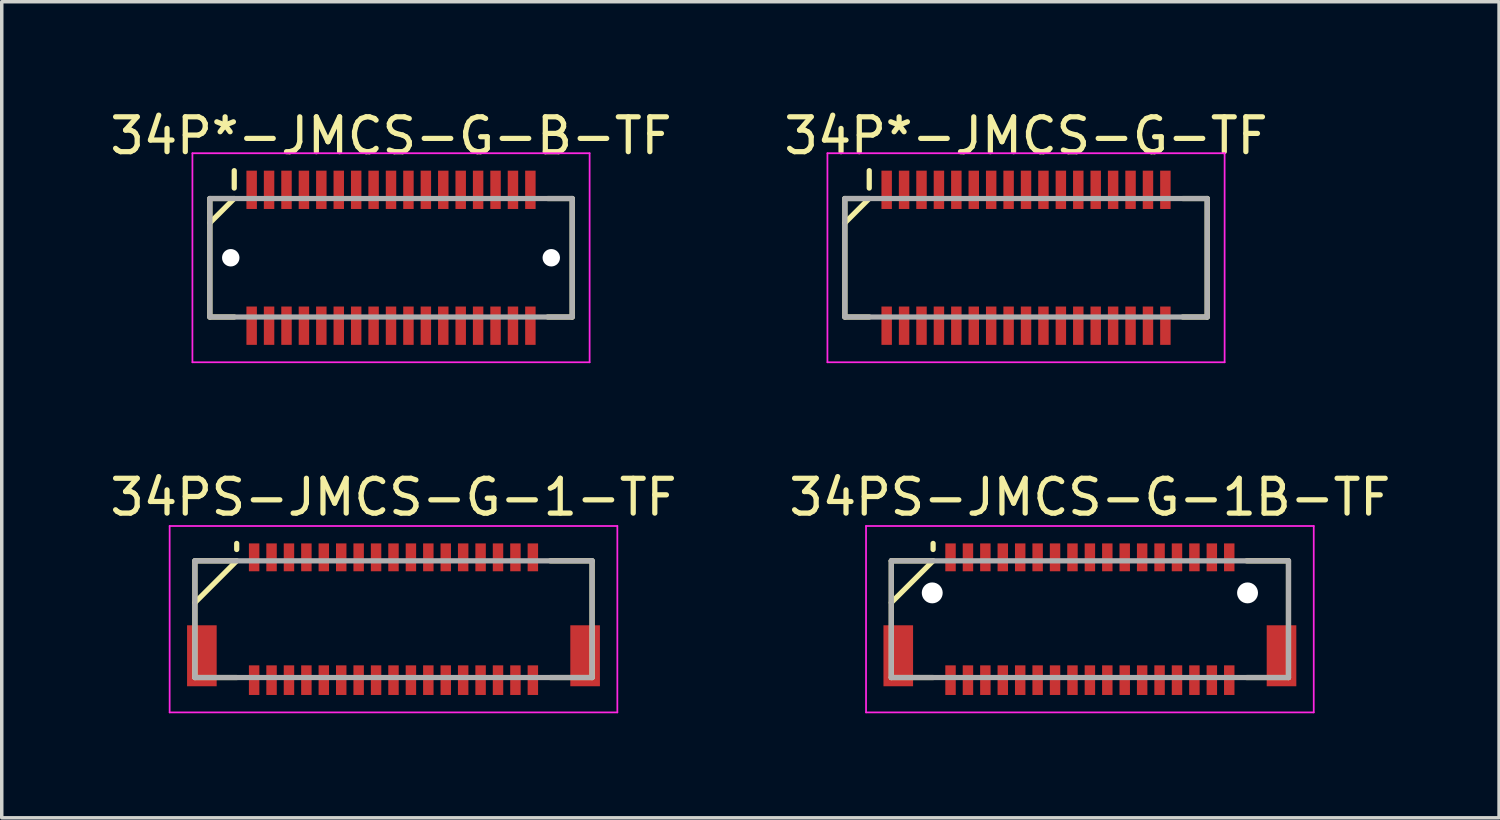
<source format=kicad_pcb>
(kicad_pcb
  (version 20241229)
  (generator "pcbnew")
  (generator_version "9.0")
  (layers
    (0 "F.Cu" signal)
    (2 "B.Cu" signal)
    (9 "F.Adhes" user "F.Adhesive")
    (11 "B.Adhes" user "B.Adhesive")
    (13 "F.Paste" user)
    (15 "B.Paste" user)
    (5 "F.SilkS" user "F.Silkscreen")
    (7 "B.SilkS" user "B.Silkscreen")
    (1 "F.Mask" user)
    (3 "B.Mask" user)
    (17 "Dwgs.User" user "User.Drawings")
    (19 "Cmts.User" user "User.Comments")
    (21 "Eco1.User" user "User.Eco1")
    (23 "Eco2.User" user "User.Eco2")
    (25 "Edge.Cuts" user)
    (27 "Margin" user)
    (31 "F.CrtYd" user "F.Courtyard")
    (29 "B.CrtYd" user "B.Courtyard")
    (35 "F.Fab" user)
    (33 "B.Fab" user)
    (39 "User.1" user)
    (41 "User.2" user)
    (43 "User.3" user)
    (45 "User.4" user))
  (footprint "34P*-JMCS-G-TF"
    (layer "F.Cu")
    (at 26.399 4.348)
    (property "Reference" "34P*-JMCS-G-TF" (at 0 -3.5 0) (layer "F.SilkS") (effects (font (size 1 1) (thickness 0.15))))
    (attr smd)
    (fp_line (start -5.2 -1.7) (end -5.2 1.7) (stroke (width 0.15) (type solid)) (layer "F.SilkS"))
    (fp_line (start -5.2 -1.7) (end -4.5 -1.7) (stroke (width 0.15) (type solid)) (layer "F.SilkS"))
    (fp_line (start -5.2 1.7) (end -4.5 1.7) (stroke (width 0.15) (type solid)) (layer "F.SilkS"))
    (fp_line (start -4.5 -2.5) (end -4.5 -2) (stroke (width 0.15) (type solid)) (layer "F.SilkS"))
    (fp_line (start -4.5 -1.7) (end -5.2 -1) (stroke (width 0.15) (type solid)) (layer "F.SilkS"))
    (fp_line (start 4.5 -1.7) (end 5.2 -1.7) (stroke (width 0.15) (type solid)) (layer "F.SilkS"))
    (fp_line (start 4.5 1.7) (end 5.2 1.7) (stroke (width 0.15) (type solid)) (layer "F.SilkS"))
    (fp_line (start 5.2 -1.7) (end 5.2 1.7) (stroke (width 0.15) (type solid)) (layer "F.SilkS"))
    (fp_line (start -5.7 -3) (end -5.7 3) (stroke (width 0.05) (type solid)) (layer "F.CrtYd"))
    (fp_line (start -5.7 -3) (end 5.7 -3) (stroke (width 0.05) (type solid)) (layer "F.CrtYd"))
    (fp_line (start -5.7 3) (end 5.7 3) (stroke (width 0.05) (type solid)) (layer "F.CrtYd"))
    (fp_line (start 5.7 -3) (end 5.7 3) (stroke (width 0.05) (type solid)) (layer "F.CrtYd"))
    (fp_line (start -5.2 -1.7) (end -5.2 1.7) (stroke (width 0.15) (type solid)) (layer "F.Fab"))
    (fp_line (start -5.2 -1.7) (end 5.2 -1.7) (stroke (width 0.15) (type solid)) (layer "F.Fab"))
    (fp_line (start -5.2 1.7) (end 5.2 1.7) (stroke (width 0.15) (type solid)) (layer "F.Fab"))
    (fp_line (start 5.2 -1.7) (end 5.2 1.7) (stroke (width 0.15) (type solid)) (layer "F.Fab"))
    (pad "1" smd rect (at -4 -1.95) (size 0.3 1.1) (layers "F.Cu" "F.Mask" "F.Paste"))
    (pad "2" smd rect (at -4 1.95) (size 0.3 1.1) (layers "F.Cu" "F.Mask" "F.Paste"))
    (pad "3" smd rect (at -3.5 -1.95) (size 0.3 1.1) (layers "F.Cu" "F.Mask" "F.Paste"))
    (pad "4" smd rect (at -3.5 1.95) (size 0.3 1.1) (layers "F.Cu" "F.Mask" "F.Paste"))
    (pad "5" smd rect (at -3 -1.95) (size 0.3 1.1) (layers "F.Cu" "F.Mask" "F.Paste"))
    (pad "6" smd rect (at -3 1.95) (size 0.3 1.1) (layers "F.Cu" "F.Mask" "F.Paste"))
    (pad "7" smd rect (at -2.5 -1.95) (size 0.3 1.1) (layers "F.Cu" "F.Mask" "F.Paste"))
    (pad "8" smd rect (at -2.5 1.95) (size 0.3 1.1) (layers "F.Cu" "F.Mask" "F.Paste"))
    (pad "9" smd rect (at -2 -1.95) (size 0.3 1.1) (layers "F.Cu" "F.Mask" "F.Paste"))
    (pad "10" smd rect (at -2 1.95) (size 0.3 1.1) (layers "F.Cu" "F.Mask" "F.Paste"))
    (pad "11" smd rect (at -1.5 -1.95) (size 0.3 1.1) (layers "F.Cu" "F.Mask" "F.Paste"))
    (pad "12" smd rect (at -1.5 1.95) (size 0.3 1.1) (layers "F.Cu" "F.Mask" "F.Paste"))
    (pad "13" smd rect (at -1 -1.95) (size 0.3 1.1) (layers "F.Cu" "F.Mask" "F.Paste"))
    (pad "14" smd rect (at -1 1.95) (size 0.3 1.1) (layers "F.Cu" "F.Mask" "F.Paste"))
    (pad "15" smd rect (at -0.5 -1.95) (size 0.3 1.1) (layers "F.Cu" "F.Mask" "F.Paste"))
    (pad "16" smd rect (at -0.5 1.95) (size 0.3 1.1) (layers "F.Cu" "F.Mask" "F.Paste"))
    (pad "17" smd rect (at 0 -1.95) (size 0.3 1.1) (layers "F.Cu" "F.Mask" "F.Paste"))
    (pad "18" smd rect (at 0 1.95) (size 0.3 1.1) (layers "F.Cu" "F.Mask" "F.Paste"))
    (pad "19" smd rect (at 0.5 -1.95) (size 0.3 1.1) (layers "F.Cu" "F.Mask" "F.Paste"))
    (pad "20" smd rect (at 0.5 1.95) (size 0.3 1.1) (layers "F.Cu" "F.Mask" "F.Paste"))
    (pad "21" smd rect (at 1 -1.95) (size 0.3 1.1) (layers "F.Cu" "F.Mask" "F.Paste"))
    (pad "22" smd rect (at 1 1.95) (size 0.3 1.1) (layers "F.Cu" "F.Mask" "F.Paste"))
    (pad "23" smd rect (at 1.5 -1.95) (size 0.3 1.1) (layers "F.Cu" "F.Mask" "F.Paste"))
    (pad "24" smd rect (at 1.5 1.95) (size 0.3 1.1) (layers "F.Cu" "F.Mask" "F.Paste"))
    (pad "25" smd rect (at 2 -1.95) (size 0.3 1.1) (layers "F.Cu" "F.Mask" "F.Paste"))
    (pad "26" smd rect (at 2 1.95) (size 0.3 1.1) (layers "F.Cu" "F.Mask" "F.Paste"))
    (pad "27" smd rect (at 2.5 -1.95) (size 0.3 1.1) (layers "F.Cu" "F.Mask" "F.Paste"))
    (pad "28" smd rect (at 2.5 1.95) (size 0.3 1.1) (layers "F.Cu" "F.Mask" "F.Paste"))
    (pad "29" smd rect (at 3 -1.95) (size 0.3 1.1) (layers "F.Cu" "F.Mask" "F.Paste"))
    (pad "30" smd rect (at 3 1.95) (size 0.3 1.1) (layers "F.Cu" "F.Mask" "F.Paste"))
    (pad "31" smd rect (at 3.5 -1.95) (size 0.3 1.1) (layers "F.Cu" "F.Mask" "F.Paste"))
    (pad "32" smd rect (at 3.5 1.95) (size 0.3 1.1) (layers "F.Cu" "F.Mask" "F.Paste"))
    (pad "33" smd rect (at 4 -1.95) (size 0.3 1.1) (layers "F.Cu" "F.Mask" "F.Paste"))
    (pad "34" smd rect (at 4 1.95) (size 0.3 1.1) (layers "F.Cu" "F.Mask" "F.Paste")))
  (footprint "34P*-JMCS-G-B-TF"
    (layer "F.Cu")
    (at 8.173 4.348)
    (property "Reference" "34P*-JMCS-G-B-TF" (at 0 -3.5 0) (layer "F.SilkS") (effects (font (size 1 1) (thickness 0.15))))
    (attr smd)
    (fp_line (start -5.2 -1.7) (end -5.2 1.7) (stroke (width 0.15) (type solid)) (layer "F.SilkS"))
    (fp_line (start -5.2 -1.7) (end -4.5 -1.7) (stroke (width 0.15) (type solid)) (layer "F.SilkS"))
    (fp_line (start -5.2 1.7) (end -4.5 1.7) (stroke (width 0.15) (type solid)) (layer "F.SilkS"))
    (fp_line (start -4.5 -2.5) (end -4.5 -2) (stroke (width 0.15) (type solid)) (layer "F.SilkS"))
    (fp_line (start -4.5 -1.7) (end -5.2 -1) (stroke (width 0.15) (type solid)) (layer "F.SilkS"))
    (fp_line (start 4.5 -1.7) (end 5.2 -1.7) (stroke (width 0.15) (type solid)) (layer "F.SilkS"))
    (fp_line (start 4.5 1.7) (end 5.2 1.7) (stroke (width 0.15) (type solid)) (layer "F.SilkS"))
    (fp_line (start 5.2 -1.7) (end 5.2 1.7) (stroke (width 0.15) (type solid)) (layer "F.SilkS"))
    (fp_line (start -5.7 -3) (end -5.7 3) (stroke (width 0.05) (type solid)) (layer "F.CrtYd"))
    (fp_line (start -5.7 -3) (end 5.7 -3) (stroke (width 0.05) (type solid)) (layer "F.CrtYd"))
    (fp_line (start -5.7 3) (end 5.7 3) (stroke (width 0.05) (type solid)) (layer "F.CrtYd"))
    (fp_line (start 5.7 -3) (end 5.7 3) (stroke (width 0.05) (type solid)) (layer "F.CrtYd"))
    (fp_line (start -5.2 -1.7) (end -5.2 1.7) (stroke (width 0.15) (type solid)) (layer "F.Fab"))
    (fp_line (start -5.2 -1.7) (end 5.2 -1.7) (stroke (width 0.15) (type solid)) (layer "F.Fab"))
    (fp_line (start -5.2 1.7) (end 5.2 1.7) (stroke (width 0.15) (type solid)) (layer "F.Fab"))
    (fp_line (start 5.2 -1.7) (end 5.2 1.7) (stroke (width 0.15) (type solid)) (layer "F.Fab"))
    (pad "" np_thru_hole circle (at -4.6 0) (size 0.5 0.5) (drill 0.5) (layers "*.Cu" "*.Mask"))
    (pad "" np_thru_hole circle (at 4.6 0) (size 0.5 0.5) (drill 0.5) (layers "*.Cu" "*.Mask"))
    (pad "1" smd rect (at -4 -1.95) (size 0.3 1.1) (layers "F.Cu" "F.Mask" "F.Paste"))
    (pad "2" smd rect (at -4 1.95) (size 0.3 1.1) (layers "F.Cu" "F.Mask" "F.Paste"))
    (pad "3" smd rect (at -3.5 -1.95) (size 0.3 1.1) (layers "F.Cu" "F.Mask" "F.Paste"))
    (pad "4" smd rect (at -3.5 1.95) (size 0.3 1.1) (layers "F.Cu" "F.Mask" "F.Paste"))
    (pad "5" smd rect (at -3 -1.95) (size 0.3 1.1) (layers "F.Cu" "F.Mask" "F.Paste"))
    (pad "6" smd rect (at -3 1.95) (size 0.3 1.1) (layers "F.Cu" "F.Mask" "F.Paste"))
    (pad "7" smd rect (at -2.5 -1.95) (size 0.3 1.1) (layers "F.Cu" "F.Mask" "F.Paste"))
    (pad "8" smd rect (at -2.5 1.95) (size 0.3 1.1) (layers "F.Cu" "F.Mask" "F.Paste"))
    (pad "9" smd rect (at -2 -1.95) (size 0.3 1.1) (layers "F.Cu" "F.Mask" "F.Paste"))
    (pad "10" smd rect (at -2 1.95) (size 0.3 1.1) (layers "F.Cu" "F.Mask" "F.Paste"))
    (pad "11" smd rect (at -1.5 -1.95) (size 0.3 1.1) (layers "F.Cu" "F.Mask" "F.Paste"))
    (pad "12" smd rect (at -1.5 1.95) (size 0.3 1.1) (layers "F.Cu" "F.Mask" "F.Paste"))
    (pad "13" smd rect (at -1 -1.95) (size 0.3 1.1) (layers "F.Cu" "F.Mask" "F.Paste"))
    (pad "14" smd rect (at -1 1.95) (size 0.3 1.1) (layers "F.Cu" "F.Mask" "F.Paste"))
    (pad "15" smd rect (at -0.5 -1.95) (size 0.3 1.1) (layers "F.Cu" "F.Mask" "F.Paste"))
    (pad "16" smd rect (at -0.5 1.95) (size 0.3 1.1) (layers "F.Cu" "F.Mask" "F.Paste"))
    (pad "17" smd rect (at 0 -1.95) (size 0.3 1.1) (layers "F.Cu" "F.Mask" "F.Paste"))
    (pad "18" smd rect (at 0 1.95) (size 0.3 1.1) (layers "F.Cu" "F.Mask" "F.Paste"))
    (pad "19" smd rect (at 0.5 -1.95) (size 0.3 1.1) (layers "F.Cu" "F.Mask" "F.Paste"))
    (pad "20" smd rect (at 0.5 1.95) (size 0.3 1.1) (layers "F.Cu" "F.Mask" "F.Paste"))
    (pad "21" smd rect (at 1 -1.95) (size 0.3 1.1) (layers "F.Cu" "F.Mask" "F.Paste"))
    (pad "22" smd rect (at 1 1.95) (size 0.3 1.1) (layers "F.Cu" "F.Mask" "F.Paste"))
    (pad "23" smd rect (at 1.5 -1.95) (size 0.3 1.1) (layers "F.Cu" "F.Mask" "F.Paste"))
    (pad "24" smd rect (at 1.5 1.95) (size 0.3 1.1) (layers "F.Cu" "F.Mask" "F.Paste"))
    (pad "25" smd rect (at 2 -1.95) (size 0.3 1.1) (layers "F.Cu" "F.Mask" "F.Paste"))
    (pad "26" smd rect (at 2 1.95) (size 0.3 1.1) (layers "F.Cu" "F.Mask" "F.Paste"))
    (pad "27" smd rect (at 2.5 -1.95) (size 0.3 1.1) (layers "F.Cu" "F.Mask" "F.Paste"))
    (pad "28" smd rect (at 2.5 1.95) (size 0.3 1.1) (layers "F.Cu" "F.Mask" "F.Paste"))
    (pad "29" smd rect (at 3 -1.95) (size 0.3 1.1) (layers "F.Cu" "F.Mask" "F.Paste"))
    (pad "30" smd rect (at 3 1.95) (size 0.3 1.1) (layers "F.Cu" "F.Mask" "F.Paste"))
    (pad "31" smd rect (at 3.5 -1.95) (size 0.3 1.1) (layers "F.Cu" "F.Mask" "F.Paste"))
    (pad "32" smd rect (at 3.5 1.95) (size 0.3 1.1) (layers "F.Cu" "F.Mask" "F.Paste"))
    (pad "33" smd rect (at 4 -1.95) (size 0.3 1.1) (layers "F.Cu" "F.Mask" "F.Paste"))
    (pad "34" smd rect (at 4 1.95) (size 0.3 1.1) (layers "F.Cu" "F.Mask" "F.Paste")))
  (footprint "34PS-JMCS-G-1B-TF"
    (layer "F.Cu")
    (at 28.232 14.722)
    (property "Reference" "34PS-JMCS-G-1B-TF" (at 0 -3.5 0) (layer "F.SilkS") (effects (font (size 1 1) (thickness 0.15))))
    (attr smd)
    (fp_line (start -5.7 -1.675) (end -5.7 1.675) (stroke (width 0.15) (type solid)) (layer "F.SilkS"))
    (fp_line (start -5.7 -1.675) (end -4.5 -1.675) (stroke (width 0.15) (type solid)) (layer "F.SilkS"))
    (fp_line (start -5.7 1.675) (end -4.5 1.675) (stroke (width 0.15) (type solid)) (layer "F.SilkS"))
    (fp_line (start -4.5 -2.175) (end -4.5 -2) (stroke (width 0.15) (type solid)) (layer "F.SilkS"))
    (fp_line (start -4.5 -1.675) (end -5.7 -0.475) (stroke (width 0.15) (type solid)) (layer "F.SilkS"))
    (fp_line (start 4.5 -1.675) (end 5.7 -1.675) (stroke (width 0.15) (type solid)) (layer "F.SilkS"))
    (fp_line (start 4.5 1.675) (end 5.7 1.675) (stroke (width 0.15) (type solid)) (layer "F.SilkS"))
    (fp_line (start 5.7 -1.675) (end 5.7 1.675) (stroke (width 0.15) (type solid)) (layer "F.SilkS"))
    (fp_line (start -6.425 -2.675) (end -6.425 2.675) (stroke (width 0.05) (type solid)) (layer "F.CrtYd"))
    (fp_line (start -6.425 -2.675) (end 6.425 -2.675) (stroke (width 0.05) (type solid)) (layer "F.CrtYd"))
    (fp_line (start -6.425 2.675) (end 6.425 2.675) (stroke (width 0.05) (type solid)) (layer "F.CrtYd"))
    (fp_line (start 6.425 -2.675) (end 6.425 2.675) (stroke (width 0.05) (type solid)) (layer "F.CrtYd"))
    (fp_line (start -5.7 -1.675) (end -5.7 1.675) (stroke (width 0.15) (type solid)) (layer "F.Fab"))
    (fp_line (start -5.7 -1.675) (end 5.7 -1.675) (stroke (width 0.15) (type solid)) (layer "F.Fab"))
    (fp_line (start -5.7 1.675) (end 5.7 1.675) (stroke (width 0.15) (type solid)) (layer "F.Fab"))
    (fp_line (start 5.7 -1.675) (end 5.7 1.675) (stroke (width 0.15) (type solid)) (layer "F.Fab"))
    (pad "" np_thru_hole circle (at -4.525 -0.755) (size 0.6 0.6) (drill 0.6) (layers "*.Cu" "*.Mask"))
    (pad "" np_thru_hole circle (at 4.525 -0.755) (size 0.6 0.6) (drill 0.6) (layers "*.Cu" "*.Mask"))
    (pad "1" smd rect (at -4 -1.775) (size 0.3 0.8) (layers "F.Cu" "F.Mask" "F.Paste"))
    (pad "2" smd rect (at -4 1.75) (size 0.3 0.85) (layers "F.Cu" "F.Mask" "F.Paste"))
    (pad "3" smd rect (at -3.5 -1.775) (size 0.3 0.8) (layers "F.Cu" "F.Mask" "F.Paste"))
    (pad "4" smd rect (at -3.5 1.75) (size 0.3 0.85) (layers "F.Cu" "F.Mask" "F.Paste"))
    (pad "5" smd rect (at -3 -1.775) (size 0.3 0.8) (layers "F.Cu" "F.Mask" "F.Paste"))
    (pad "6" smd rect (at -3 1.75) (size 0.3 0.85) (layers "F.Cu" "F.Mask" "F.Paste"))
    (pad "7" smd rect (at -2.5 -1.775) (size 0.3 0.8) (layers "F.Cu" "F.Mask" "F.Paste"))
    (pad "8" smd rect (at -2.5 1.75) (size 0.3 0.85) (layers "F.Cu" "F.Mask" "F.Paste"))
    (pad "9" smd rect (at -2 -1.775) (size 0.3 0.8) (layers "F.Cu" "F.Mask" "F.Paste"))
    (pad "10" smd rect (at -2 1.75) (size 0.3 0.85) (layers "F.Cu" "F.Mask" "F.Paste"))
    (pad "11" smd rect (at -1.5 -1.775) (size 0.3 0.8) (layers "F.Cu" "F.Mask" "F.Paste"))
    (pad "12" smd rect (at -1.5 1.75) (size 0.3 0.85) (layers "F.Cu" "F.Mask" "F.Paste"))
    (pad "13" smd rect (at -1 -1.775) (size 0.3 0.8) (layers "F.Cu" "F.Mask" "F.Paste"))
    (pad "14" smd rect (at -1 1.75) (size 0.3 0.85) (layers "F.Cu" "F.Mask" "F.Paste"))
    (pad "15" smd rect (at -0.5 -1.775) (size 0.3 0.8) (layers "F.Cu" "F.Mask" "F.Paste"))
    (pad "16" smd rect (at -0.5 1.75) (size 0.3 0.85) (layers "F.Cu" "F.Mask" "F.Paste"))
    (pad "17" smd rect (at 0 -1.775) (size 0.3 0.8) (layers "F.Cu" "F.Mask" "F.Paste"))
    (pad "18" smd rect (at 0 1.75) (size 0.3 0.85) (layers "F.Cu" "F.Mask" "F.Paste"))
    (pad "19" smd rect (at 0.5 -1.775) (size 0.3 0.8) (layers "F.Cu" "F.Mask" "F.Paste"))
    (pad "20" smd rect (at 0.5 1.75) (size 0.3 0.85) (layers "F.Cu" "F.Mask" "F.Paste"))
    (pad "21" smd rect (at 1 -1.775) (size 0.3 0.8) (layers "F.Cu" "F.Mask" "F.Paste"))
    (pad "22" smd rect (at 1 1.75) (size 0.3 0.85) (layers "F.Cu" "F.Mask" "F.Paste"))
    (pad "23" smd rect (at 1.5 -1.775) (size 0.3 0.8) (layers "F.Cu" "F.Mask" "F.Paste"))
    (pad "24" smd rect (at 1.5 1.75) (size 0.3 0.85) (layers "F.Cu" "F.Mask" "F.Paste"))
    (pad "25" smd rect (at 2 -1.775) (size 0.3 0.8) (layers "F.Cu" "F.Mask" "F.Paste"))
    (pad "26" smd rect (at 2 1.75) (size 0.3 0.85) (layers "F.Cu" "F.Mask" "F.Paste"))
    (pad "27" smd rect (at 2.5 -1.775) (size 0.3 0.8) (layers "F.Cu" "F.Mask" "F.Paste"))
    (pad "28" smd rect (at 2.5 1.75) (size 0.3 0.85) (layers "F.Cu" "F.Mask" "F.Paste"))
    (pad "29" smd rect (at 3 -1.775) (size 0.3 0.8) (layers "F.Cu" "F.Mask" "F.Paste"))
    (pad "30" smd rect (at 3 1.75) (size 0.3 0.85) (layers "F.Cu" "F.Mask" "F.Paste"))
    (pad "31" smd rect (at 3.5 -1.775) (size 0.3 0.8) (layers "F.Cu" "F.Mask" "F.Paste"))
    (pad "32" smd rect (at 3.5 1.75) (size 0.3 0.85) (layers "F.Cu" "F.Mask" "F.Paste"))
    (pad "33" smd rect (at 4 -1.775) (size 0.3 0.8) (layers "F.Cu" "F.Mask" "F.Paste"))
    (pad "34" smd rect (at 4 1.75) (size 0.3 0.85) (layers "F.Cu" "F.Mask" "F.Paste"))
    (pad "S" smd rect (at -5.5 1.05) (size 0.85 1.75) (layers "F.Cu" "F.Mask" "F.Paste"))
    (pad "S" smd rect (at 5.5 1.05) (size 0.85 1.75) (layers "F.Cu" "F.Mask" "F.Paste")))
  (footprint "34PS-JMCS-G-1-TF"
    (layer "F.Cu")
    (at 8.244 14.722)
    (property "Reference" "34PS-JMCS-G-1-TF" (at 0 -3.5 0) (layer "F.SilkS") (effects (font (size 1 1) (thickness 0.15))))
    (attr smd)
    (fp_line (start -5.7 -1.675) (end -5.7 1.675) (stroke (width 0.15) (type solid)) (layer "F.SilkS"))
    (fp_line (start -5.7 -1.675) (end -4.5 -1.675) (stroke (width 0.15) (type solid)) (layer "F.SilkS"))
    (fp_line (start -5.7 1.675) (end -4.5 1.675) (stroke (width 0.15) (type solid)) (layer "F.SilkS"))
    (fp_line (start -4.5 -2.175) (end -4.5 -2) (stroke (width 0.15) (type solid)) (layer "F.SilkS"))
    (fp_line (start -4.5 -1.675) (end -5.7 -0.475) (stroke (width 0.15) (type solid)) (layer "F.SilkS"))
    (fp_line (start 4.5 -1.675) (end 5.7 -1.675) (stroke (width 0.15) (type solid)) (layer "F.SilkS"))
    (fp_line (start 4.5 1.675) (end 5.7 1.675) (stroke (width 0.15) (type solid)) (layer "F.SilkS"))
    (fp_line (start 5.7 -1.675) (end 5.7 1.675) (stroke (width 0.15) (type solid)) (layer "F.SilkS"))
    (fp_line (start -6.425 -2.675) (end -6.425 2.675) (stroke (width 0.05) (type solid)) (layer "F.CrtYd"))
    (fp_line (start -6.425 -2.675) (end 6.425 -2.675) (stroke (width 0.05) (type solid)) (layer "F.CrtYd"))
    (fp_line (start -6.425 2.675) (end 6.425 2.675) (stroke (width 0.05) (type solid)) (layer "F.CrtYd"))
    (fp_line (start 6.425 -2.675) (end 6.425 2.675) (stroke (width 0.05) (type solid)) (layer "F.CrtYd"))
    (fp_line (start -5.7 -1.675) (end -5.7 1.675) (stroke (width 0.15) (type solid)) (layer "F.Fab"))
    (fp_line (start -5.7 -1.675) (end 5.7 -1.675) (stroke (width 0.15) (type solid)) (layer "F.Fab"))
    (fp_line (start -5.7 1.675) (end 5.7 1.675) (stroke (width 0.15) (type solid)) (layer "F.Fab"))
    (fp_line (start 5.7 -1.675) (end 5.7 1.675) (stroke (width 0.15) (type solid)) (layer "F.Fab"))
    (pad "1" smd rect (at -4 -1.775) (size 0.3 0.8) (layers "F.Cu" "F.Mask" "F.Paste"))
    (pad "2" smd rect (at -4 1.75) (size 0.3 0.85) (layers "F.Cu" "F.Mask" "F.Paste"))
    (pad "3" smd rect (at -3.5 -1.775) (size 0.3 0.8) (layers "F.Cu" "F.Mask" "F.Paste"))
    (pad "4" smd rect (at -3.5 1.75) (size 0.3 0.85) (layers "F.Cu" "F.Mask" "F.Paste"))
    (pad "5" smd rect (at -3 -1.775) (size 0.3 0.8) (layers "F.Cu" "F.Mask" "F.Paste"))
    (pad "6" smd rect (at -3 1.75) (size 0.3 0.85) (layers "F.Cu" "F.Mask" "F.Paste"))
    (pad "7" smd rect (at -2.5 -1.775) (size 0.3 0.8) (layers "F.Cu" "F.Mask" "F.Paste"))
    (pad "8" smd rect (at -2.5 1.75) (size 0.3 0.85) (layers "F.Cu" "F.Mask" "F.Paste"))
    (pad "9" smd rect (at -2 -1.775) (size 0.3 0.8) (layers "F.Cu" "F.Mask" "F.Paste"))
    (pad "10" smd rect (at -2 1.75) (size 0.3 0.85) (layers "F.Cu" "F.Mask" "F.Paste"))
    (pad "11" smd rect (at -1.5 -1.775) (size 0.3 0.8) (layers "F.Cu" "F.Mask" "F.Paste"))
    (pad "12" smd rect (at -1.5 1.75) (size 0.3 0.85) (layers "F.Cu" "F.Mask" "F.Paste"))
    (pad "13" smd rect (at -1 -1.775) (size 0.3 0.8) (layers "F.Cu" "F.Mask" "F.Paste"))
    (pad "14" smd rect (at -1 1.75) (size 0.3 0.85) (layers "F.Cu" "F.Mask" "F.Paste"))
    (pad "15" smd rect (at -0.5 -1.775) (size 0.3 0.8) (layers "F.Cu" "F.Mask" "F.Paste"))
    (pad "16" smd rect (at -0.5 1.75) (size 0.3 0.85) (layers "F.Cu" "F.Mask" "F.Paste"))
    (pad "17" smd rect (at 0 -1.775) (size 0.3 0.8) (layers "F.Cu" "F.Mask" "F.Paste"))
    (pad "18" smd rect (at 0 1.75) (size 0.3 0.85) (layers "F.Cu" "F.Mask" "F.Paste"))
    (pad "19" smd rect (at 0.5 -1.775) (size 0.3 0.8) (layers "F.Cu" "F.Mask" "F.Paste"))
    (pad "20" smd rect (at 0.5 1.75) (size 0.3 0.85) (layers "F.Cu" "F.Mask" "F.Paste"))
    (pad "21" smd rect (at 1 -1.775) (size 0.3 0.8) (layers "F.Cu" "F.Mask" "F.Paste"))
    (pad "22" smd rect (at 1 1.75) (size 0.3 0.85) (layers "F.Cu" "F.Mask" "F.Paste"))
    (pad "23" smd rect (at 1.5 -1.775) (size 0.3 0.8) (layers "F.Cu" "F.Mask" "F.Paste"))
    (pad "24" smd rect (at 1.5 1.75) (size 0.3 0.85) (layers "F.Cu" "F.Mask" "F.Paste"))
    (pad "25" smd rect (at 2 -1.775) (size 0.3 0.8) (layers "F.Cu" "F.Mask" "F.Paste"))
    (pad "26" smd rect (at 2 1.75) (size 0.3 0.85) (layers "F.Cu" "F.Mask" "F.Paste"))
    (pad "27" smd rect (at 2.5 -1.775) (size 0.3 0.8) (layers "F.Cu" "F.Mask" "F.Paste"))
    (pad "28" smd rect (at 2.5 1.75) (size 0.3 0.85) (layers "F.Cu" "F.Mask" "F.Paste"))
    (pad "29" smd rect (at 3 -1.775) (size 0.3 0.8) (layers "F.Cu" "F.Mask" "F.Paste"))
    (pad "30" smd rect (at 3 1.75) (size 0.3 0.85) (layers "F.Cu" "F.Mask" "F.Paste"))
    (pad "31" smd rect (at 3.5 -1.775) (size 0.3 0.8) (layers "F.Cu" "F.Mask" "F.Paste"))
    (pad "32" smd rect (at 3.5 1.75) (size 0.3 0.85) (layers "F.Cu" "F.Mask" "F.Paste"))
    (pad "33" smd rect (at 4 -1.775) (size 0.3 0.8) (layers "F.Cu" "F.Mask" "F.Paste"))
    (pad "34" smd rect (at 4 1.75) (size 0.3 0.85) (layers "F.Cu" "F.Mask" "F.Paste"))
    (pad "S" smd rect (at -5.5 1.05) (size 0.85 1.75) (layers "F.Cu" "F.Mask" "F.Paste"))
    (pad "S" smd rect (at 5.5 1.05) (size 0.85 1.75) (layers "F.Cu" "F.Mask" "F.Paste")))
  (gr_rect
    (start -3 -3)
    (end 39.976 20.422)
    (stroke (width 0.1) (type default))
    (fill no)
    (layer "Edge.Cuts")))
</source>
